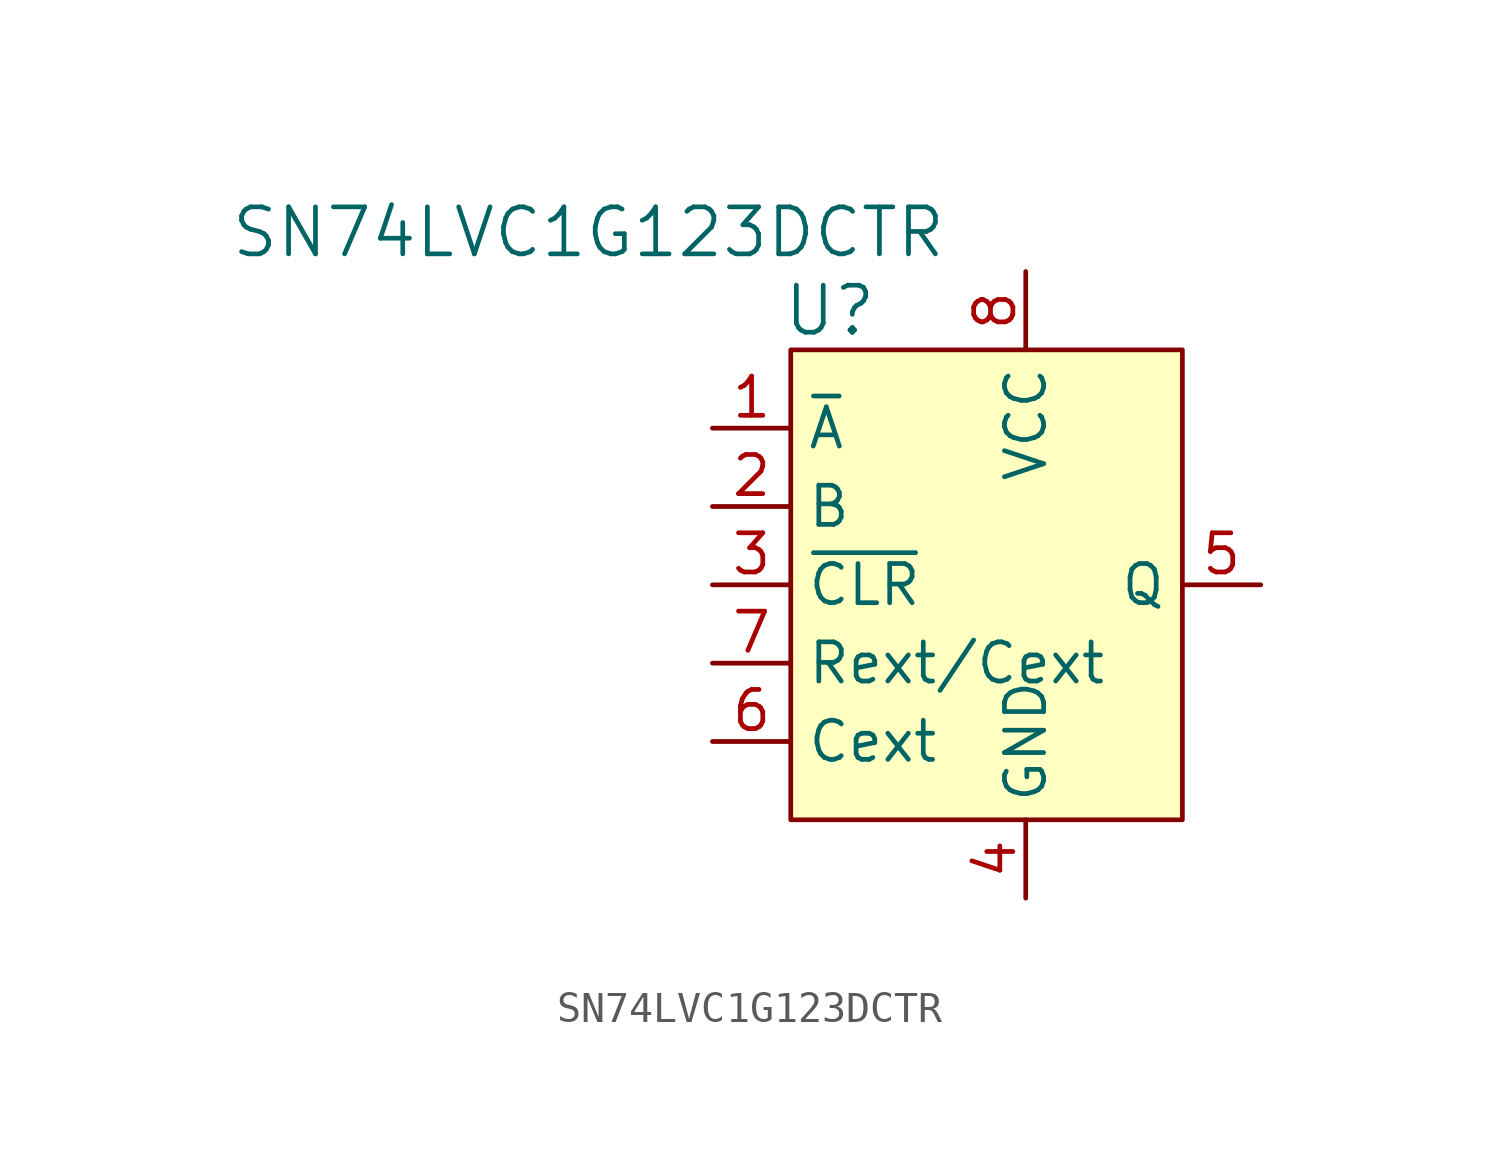
<source format=kicad_sym>
(kicad_symbol_lib
  (version 20211014)
  (generator kicad_symbol_editor)
  (symbol "SN74LVC1G123DCTR"
    (property "Reference" "U"
      (at -6.35 6.35 0)
      (effects (font (size 1.524 1.524))))
    (property "Value" "SN74LVC1G123DCTR"
      (at -2.54 8.89 0)
      (effects (font (size 1.524 1.524)) (justify right)))
    (symbol "SN74LVC1G123DCTR_0_1"
      (rectangle (start -7.62 5.08) (end 5.08 -10.16) (stroke (width 0) (type default) (color 0 0 0 0)) (fill (type background))))
    (symbol "SN74LVC1G123DCTR_1_1"
      (pin input line (at -10.16 2.54 0) (length 2.54) (name "~{A}" (effects (font (size 1.27 1.27)))) (number "1" (effects (font (size 1.27 1.27)))))
      (pin input line (at -10.16 0 0) (length 2.54) (name "B" (effects (font (size 1.27 1.27)))) (number "2" (effects (font (size 1.27 1.27)))))
      (pin input line (at -10.16 -2.54 0) (length 2.54) (name "~{CLR}" (effects (font (size 1.27 1.27)))) (number "3" (effects (font (size 1.27 1.27)))))
      (pin power_in line (at 0 -12.7 90) (length 2.54) (name "GND" (effects (font (size 1.27 1.27)))) (number "4" (effects (font (size 1.27 1.27)))))
      (pin output line (at 7.62 -2.54 180) (length 2.54) (name "Q" (effects (font (size 1.27 1.27)))) (number "5" (effects (font (size 1.27 1.27)))))
      (pin passive line (at -10.16 -7.62 0) (length 2.54) (name "Cext" (effects (font (size 1.27 1.27)))) (number "6" (effects (font (size 1.27 1.27)))))
      (pin passive line (at -10.16 -5.08 0) (length 2.54) (name "Rext/Cext" (effects (font (size 1.27 1.27)))) (number "7" (effects (font (size 1.27 1.27)))))
      (pin power_in line (at 0 7.62 270) (length 2.54) (name "VCC" (effects (font (size 1.27 1.27)))) (number "8" (effects (font (size 1.27 1.27))))))))
</source>
